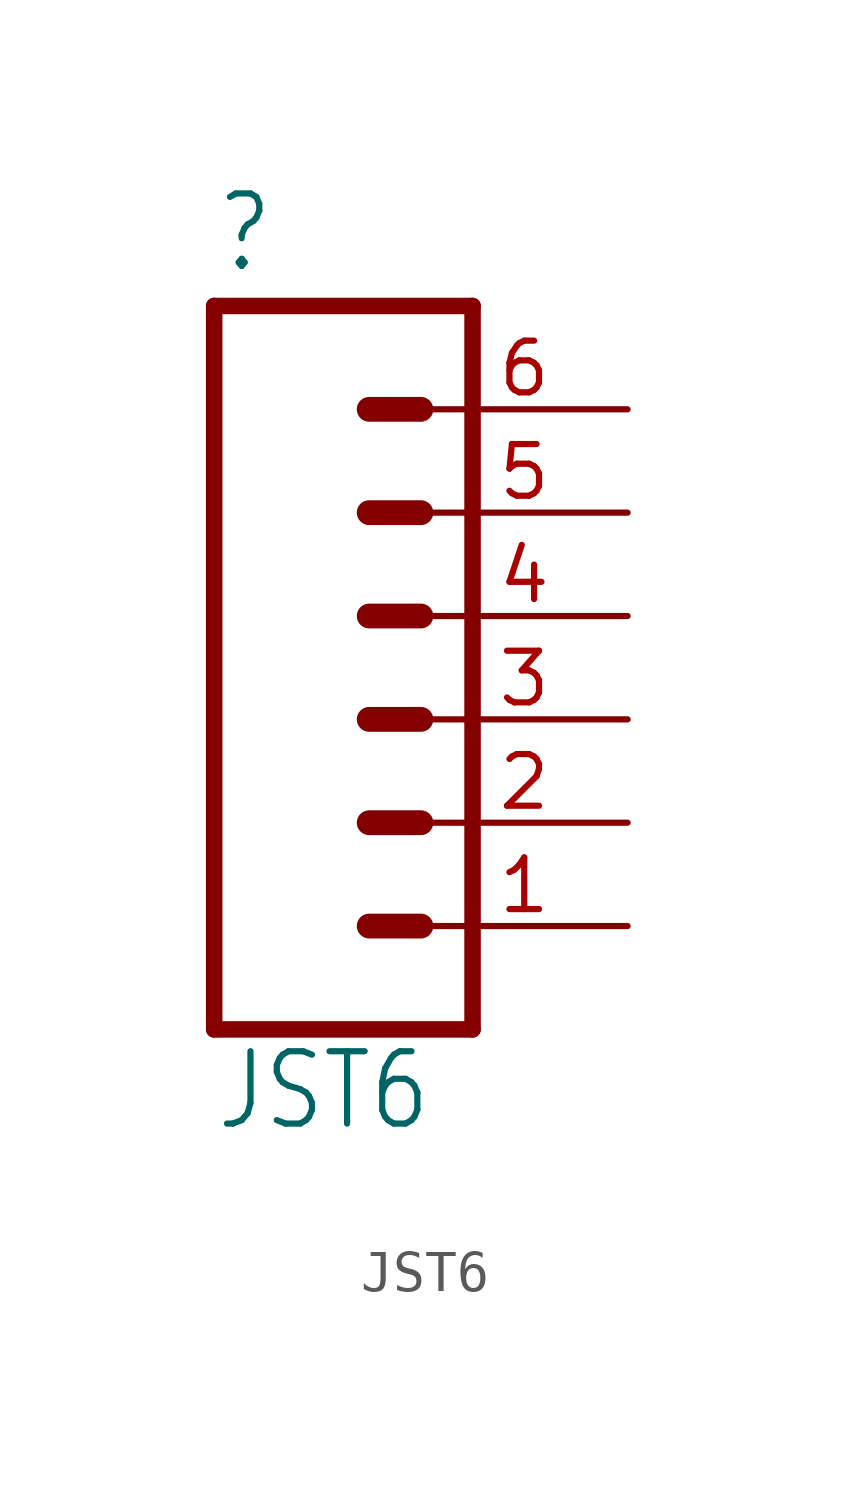
<source format=kicad_sym>
(kicad_symbol_lib
  (version 20211014)
  (generator kicad_symbol_editor)
  (symbol "JST6"
    (property "Reference" ""
      (at -5.08 10.922 0)
      (effects (font (size 1.778 1.511)) (justify left bottom)))
    (property "Value" "JST6"
      (at -5.08 -10.16 0)
      (effects (font (size 1.778 1.511)) (justify left bottom)))
    (property "ki_locked" ""
      (at 0 0 0)
      (effects (font (size 1.27 1.27))))
    (symbol "JST6_1_0"
      (polyline (pts (xy -5.08 10.16) (xy -5.08 -7.62)) (stroke (width 0.406) (type default) (color 0 0 0 0)) (fill (type none)))
      (polyline (pts (xy -5.08 10.16) (xy 1.27 10.16)) (stroke (width 0.406) (type default) (color 0 0 0 0)) (fill (type none)))
      (polyline (pts (xy -1.27 -5.08) (xy 0 -5.08)) (stroke (width 0.61) (type default) (color 0 0 0 0)) (fill (type none)))
      (polyline (pts (xy -1.27 -2.54) (xy 0 -2.54)) (stroke (width 0.61) (type default) (color 0 0 0 0)) (fill (type none)))
      (polyline (pts (xy -1.27 0) (xy 0 0)) (stroke (width 0.61) (type default) (color 0 0 0 0)) (fill (type none)))
      (polyline (pts (xy -1.27 2.54) (xy 0 2.54)) (stroke (width 0.61) (type default) (color 0 0 0 0)) (fill (type none)))
      (polyline (pts (xy -1.27 5.08) (xy 0 5.08)) (stroke (width 0.61) (type default) (color 0 0 0 0)) (fill (type none)))
      (polyline (pts (xy -1.27 7.62) (xy 0 7.62)) (stroke (width 0.61) (type default) (color 0 0 0 0)) (fill (type none)))
      (polyline (pts (xy 1.27 -7.62) (xy -5.08 -7.62)) (stroke (width 0.406) (type default) (color 0 0 0 0)) (fill (type none)))
      (polyline (pts (xy 1.27 -7.62) (xy 1.27 10.16)) (stroke (width 0.406) (type default) (color 0 0 0 0)) (fill (type none)))
      (pin passive line (at 5.08 -5.08 180) (length 5.08) (name "1" (effects (font (size 0 0)))) (number "1" (effects (font (size 1.27 1.27)))))
      (pin passive line (at 5.08 -2.54 180) (length 5.08) (name "2" (effects (font (size 0 0)))) (number "2" (effects (font (size 1.27 1.27)))))
      (pin passive line (at 5.08 0 180) (length 5.08) (name "3" (effects (font (size 0 0)))) (number "3" (effects (font (size 1.27 1.27)))))
      (pin passive line (at 5.08 2.54 180) (length 5.08) (name "4" (effects (font (size 0 0)))) (number "4" (effects (font (size 1.27 1.27)))))
      (pin passive line (at 5.08 5.08 180) (length 5.08) (name "5" (effects (font (size 0 0)))) (number "5" (effects (font (size 1.27 1.27)))))
      (pin passive line (at 5.08 7.62 180) (length 5.08) (name "6" (effects (font (size 0 0)))) (number "6" (effects (font (size 1.27 1.27))))))))
</source>
